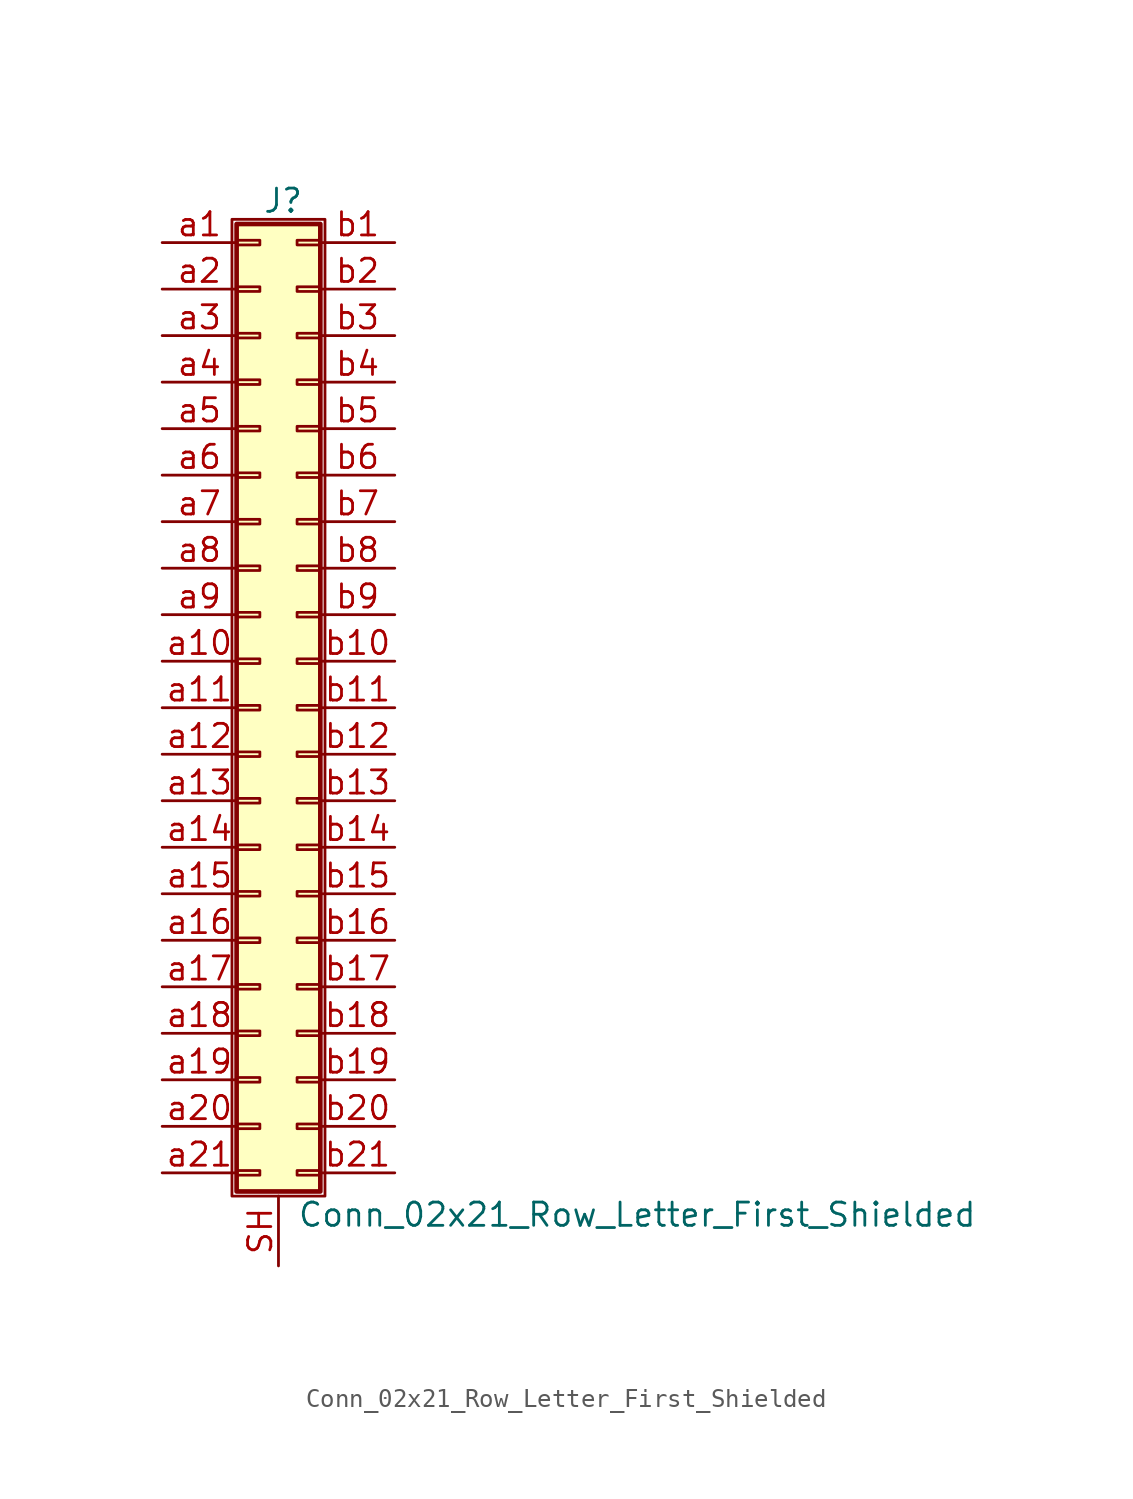
<source format=kicad_sym>
(kicad_symbol_lib
  (version 20211014)
  (generator kicad_symbol_editor)
  (symbol "Conn_02x21_Row_Letter_First_Shielded"
    (pin_names
      (offset 1.016) hide)
    (property "Reference" "J"
      (at 1.524 27.686 0)
      (effects (font (size 1.27 1.27))))
    (property "Value" "Conn_02x21_Row_Letter_First_Shielded"
      (at 2.286 -27.686 0)
      (effects (font (size 1.27 1.27)) (justify left)))
    (symbol "Conn_02x21_Row_Letter_First_Shielded_1_1"
      (rectangle (start -1.27 26.67) (end 3.81 -26.67) (stroke (width 0.152) (type default) (color 0 0 0 0)) (fill (type none)))
      (rectangle (start -1.016 -25.273) (end 0.254 -25.527) (stroke (width 0.152) (type default) (color 0 0 0 0)) (fill (type none)))
      (rectangle (start -1.016 -22.733) (end 0.254 -22.987) (stroke (width 0.152) (type default) (color 0 0 0 0)) (fill (type none)))
      (rectangle (start -1.016 -20.193) (end 0.254 -20.447) (stroke (width 0.152) (type default) (color 0 0 0 0)) (fill (type none)))
      (rectangle (start -1.016 -17.653) (end 0.254 -17.907) (stroke (width 0.152) (type default) (color 0 0 0 0)) (fill (type none)))
      (rectangle (start -1.016 -15.113) (end 0.254 -15.367) (stroke (width 0.152) (type default) (color 0 0 0 0)) (fill (type none)))
      (rectangle (start -1.016 -12.573) (end 0.254 -12.827) (stroke (width 0.152) (type default) (color 0 0 0 0)) (fill (type none)))
      (rectangle (start -1.016 -10.033) (end 0.254 -10.287) (stroke (width 0.152) (type default) (color 0 0 0 0)) (fill (type none)))
      (rectangle (start -1.016 -7.493) (end 0.254 -7.747) (stroke (width 0.152) (type default) (color 0 0 0 0)) (fill (type none)))
      (rectangle (start -1.016 -4.953) (end 0.254 -5.207) (stroke (width 0.152) (type default) (color 0 0 0 0)) (fill (type none)))
      (rectangle (start -1.016 -2.413) (end 0.254 -2.667) (stroke (width 0.152) (type default) (color 0 0 0 0)) (fill (type none)))
      (rectangle (start -1.016 0.127) (end 0.254 -0.127) (stroke (width 0.152) (type default) (color 0 0 0 0)) (fill (type none)))
      (rectangle (start -1.016 2.667) (end 0.254 2.413) (stroke (width 0.152) (type default) (color 0 0 0 0)) (fill (type none)))
      (rectangle (start -1.016 5.207) (end 0.254 4.953) (stroke (width 0.152) (type default) (color 0 0 0 0)) (fill (type none)))
      (rectangle (start -1.016 7.747) (end 0.254 7.493) (stroke (width 0.152) (type default) (color 0 0 0 0)) (fill (type none)))
      (rectangle (start -1.016 10.287) (end 0.254 10.033) (stroke (width 0.152) (type default) (color 0 0 0 0)) (fill (type none)))
      (rectangle (start -1.016 12.827) (end 0.254 12.573) (stroke (width 0.152) (type default) (color 0 0 0 0)) (fill (type none)))
      (rectangle (start -1.016 15.367) (end 0.254 15.113) (stroke (width 0.152) (type default) (color 0 0 0 0)) (fill (type none)))
      (rectangle (start -1.016 17.907) (end 0.254 17.653) (stroke (width 0.152) (type default) (color 0 0 0 0)) (fill (type none)))
      (rectangle (start -1.016 20.447) (end 0.254 20.193) (stroke (width 0.152) (type default) (color 0 0 0 0)) (fill (type none)))
      (rectangle (start -1.016 22.987) (end 0.254 22.733) (stroke (width 0.152) (type default) (color 0 0 0 0)) (fill (type none)))
      (rectangle (start -1.016 25.527) (end 0.254 25.273) (stroke (width 0.152) (type default) (color 0 0 0 0)) (fill (type none)))
      (rectangle (start -1.016 26.416) (end 3.556 -26.416) (stroke (width 0.254) (type default) (color 0 0 0 0)) (fill (type background)))
      (rectangle (start 3.556 -25.273) (end 2.286 -25.527) (stroke (width 0.152) (type default) (color 0 0 0 0)) (fill (type none)))
      (rectangle (start 3.556 -22.733) (end 2.286 -22.987) (stroke (width 0.152) (type default) (color 0 0 0 0)) (fill (type none)))
      (rectangle (start 3.556 -20.193) (end 2.286 -20.447) (stroke (width 0.152) (type default) (color 0 0 0 0)) (fill (type none)))
      (rectangle (start 3.556 -17.653) (end 2.286 -17.907) (stroke (width 0.152) (type default) (color 0 0 0 0)) (fill (type none)))
      (rectangle (start 3.556 -15.113) (end 2.286 -15.367) (stroke (width 0.152) (type default) (color 0 0 0 0)) (fill (type none)))
      (rectangle (start 3.556 -12.573) (end 2.286 -12.827) (stroke (width 0.152) (type default) (color 0 0 0 0)) (fill (type none)))
      (rectangle (start 3.556 -10.033) (end 2.286 -10.287) (stroke (width 0.152) (type default) (color 0 0 0 0)) (fill (type none)))
      (rectangle (start 3.556 -7.493) (end 2.286 -7.747) (stroke (width 0.152) (type default) (color 0 0 0 0)) (fill (type none)))
      (rectangle (start 3.556 -4.953) (end 2.286 -5.207) (stroke (width 0.152) (type default) (color 0 0 0 0)) (fill (type none)))
      (rectangle (start 3.556 -2.413) (end 2.286 -2.667) (stroke (width 0.152) (type default) (color 0 0 0 0)) (fill (type none)))
      (rectangle (start 3.556 0.127) (end 2.286 -0.127) (stroke (width 0.152) (type default) (color 0 0 0 0)) (fill (type none)))
      (rectangle (start 3.556 2.667) (end 2.286 2.413) (stroke (width 0.152) (type default) (color 0 0 0 0)) (fill (type none)))
      (rectangle (start 3.556 5.207) (end 2.286 4.953) (stroke (width 0.152) (type default) (color 0 0 0 0)) (fill (type none)))
      (rectangle (start 3.556 7.747) (end 2.286 7.493) (stroke (width 0.152) (type default) (color 0 0 0 0)) (fill (type none)))
      (rectangle (start 3.556 10.287) (end 2.286 10.033) (stroke (width 0.152) (type default) (color 0 0 0 0)) (fill (type none)))
      (rectangle (start 3.556 12.827) (end 2.286 12.573) (stroke (width 0.152) (type default) (color 0 0 0 0)) (fill (type none)))
      (rectangle (start 3.556 15.367) (end 2.286 15.113) (stroke (width 0.152) (type default) (color 0 0 0 0)) (fill (type none)))
      (rectangle (start 3.556 17.907) (end 2.286 17.653) (stroke (width 0.152) (type default) (color 0 0 0 0)) (fill (type none)))
      (rectangle (start 3.556 20.447) (end 2.286 20.193) (stroke (width 0.152) (type default) (color 0 0 0 0)) (fill (type none)))
      (rectangle (start 3.556 22.987) (end 2.286 22.733) (stroke (width 0.152) (type default) (color 0 0 0 0)) (fill (type none)))
      (rectangle (start 3.556 25.527) (end 2.286 25.273) (stroke (width 0.152) (type default) (color 0 0 0 0)) (fill (type none)))
      (pin passive line (at 1.27 -30.48 90) (length 3.81) (name "Shield" (effects (font (size 1.27 1.27)))) (number "SH" (effects (font (size 1.27 1.27)))))
      (pin passive line (at -5.08 25.4 0) (length 4.064) (name "Pin_a1" (effects (font (size 1.27 1.27)))) (number "a1" (effects (font (size 1.27 1.27)))))
      (pin passive line (at -5.08 2.54 0) (length 4.064) (name "Pin_a10" (effects (font (size 1.27 1.27)))) (number "a10" (effects (font (size 1.27 1.27)))))
      (pin passive line (at -5.08 0 0) (length 4.064) (name "Pin_a11" (effects (font (size 1.27 1.27)))) (number "a11" (effects (font (size 1.27 1.27)))))
      (pin passive line (at -5.08 -2.54 0) (length 4.064) (name "Pin_a12" (effects (font (size 1.27 1.27)))) (number "a12" (effects (font (size 1.27 1.27)))))
      (pin passive line (at -5.08 -5.08 0) (length 4.064) (name "Pin_a13" (effects (font (size 1.27 1.27)))) (number "a13" (effects (font (size 1.27 1.27)))))
      (pin passive line (at -5.08 -7.62 0) (length 4.064) (name "Pin_a14" (effects (font (size 1.27 1.27)))) (number "a14" (effects (font (size 1.27 1.27)))))
      (pin passive line (at -5.08 -10.16 0) (length 4.064) (name "Pin_a15" (effects (font (size 1.27 1.27)))) (number "a15" (effects (font (size 1.27 1.27)))))
      (pin passive line (at -5.08 -12.7 0) (length 4.064) (name "Pin_a16" (effects (font (size 1.27 1.27)))) (number "a16" (effects (font (size 1.27 1.27)))))
      (pin passive line (at -5.08 -15.24 0) (length 4.064) (name "Pin_a17" (effects (font (size 1.27 1.27)))) (number "a17" (effects (font (size 1.27 1.27)))))
      (pin passive line (at -5.08 -17.78 0) (length 4.064) (name "Pin_a18" (effects (font (size 1.27 1.27)))) (number "a18" (effects (font (size 1.27 1.27)))))
      (pin passive line (at -5.08 -20.32 0) (length 4.064) (name "Pin_a19" (effects (font (size 1.27 1.27)))) (number "a19" (effects (font (size 1.27 1.27)))))
      (pin passive line (at -5.08 22.86 0) (length 4.064) (name "Pin_a2" (effects (font (size 1.27 1.27)))) (number "a2" (effects (font (size 1.27 1.27)))))
      (pin passive line (at -5.08 -22.86 0) (length 4.064) (name "Pin_a20" (effects (font (size 1.27 1.27)))) (number "a20" (effects (font (size 1.27 1.27)))))
      (pin passive line (at -5.08 -25.4 0) (length 4.064) (name "Pin_a21" (effects (font (size 1.27 1.27)))) (number "a21" (effects (font (size 1.27 1.27)))))
      (pin passive line (at -5.08 20.32 0) (length 4.064) (name "Pin_a3" (effects (font (size 1.27 1.27)))) (number "a3" (effects (font (size 1.27 1.27)))))
      (pin passive line (at -5.08 17.78 0) (length 4.064) (name "Pin_a4" (effects (font (size 1.27 1.27)))) (number "a4" (effects (font (size 1.27 1.27)))))
      (pin passive line (at -5.08 15.24 0) (length 4.064) (name "Pin_a5" (effects (font (size 1.27 1.27)))) (number "a5" (effects (font (size 1.27 1.27)))))
      (pin passive line (at -5.08 12.7 0) (length 4.064) (name "Pin_a6" (effects (font (size 1.27 1.27)))) (number "a6" (effects (font (size 1.27 1.27)))))
      (pin passive line (at -5.08 10.16 0) (length 4.064) (name "Pin_a7" (effects (font (size 1.27 1.27)))) (number "a7" (effects (font (size 1.27 1.27)))))
      (pin passive line (at -5.08 7.62 0) (length 4.064) (name "Pin_a8" (effects (font (size 1.27 1.27)))) (number "a8" (effects (font (size 1.27 1.27)))))
      (pin passive line (at -5.08 5.08 0) (length 4.064) (name "Pin_a9" (effects (font (size 1.27 1.27)))) (number "a9" (effects (font (size 1.27 1.27)))))
      (pin passive line (at 7.62 25.4 180) (length 4.064) (name "Pin_b1" (effects (font (size 1.27 1.27)))) (number "b1" (effects (font (size 1.27 1.27)))))
      (pin passive line (at 7.62 2.54 180) (length 4.064) (name "Pin_b10" (effects (font (size 1.27 1.27)))) (number "b10" (effects (font (size 1.27 1.27)))))
      (pin passive line (at 7.62 0 180) (length 4.064) (name "Pin_b11" (effects (font (size 1.27 1.27)))) (number "b11" (effects (font (size 1.27 1.27)))))
      (pin passive line (at 7.62 -2.54 180) (length 4.064) (name "Pin_b12" (effects (font (size 1.27 1.27)))) (number "b12" (effects (font (size 1.27 1.27)))))
      (pin passive line (at 7.62 -5.08 180) (length 4.064) (name "Pin_b13" (effects (font (size 1.27 1.27)))) (number "b13" (effects (font (size 1.27 1.27)))))
      (pin passive line (at 7.62 -7.62 180) (length 4.064) (name "Pin_b14" (effects (font (size 1.27 1.27)))) (number "b14" (effects (font (size 1.27 1.27)))))
      (pin passive line (at 7.62 -10.16 180) (length 4.064) (name "Pin_b15" (effects (font (size 1.27 1.27)))) (number "b15" (effects (font (size 1.27 1.27)))))
      (pin passive line (at 7.62 -12.7 180) (length 4.064) (name "Pin_b16" (effects (font (size 1.27 1.27)))) (number "b16" (effects (font (size 1.27 1.27)))))
      (pin passive line (at 7.62 -15.24 180) (length 4.064) (name "Pin_b17" (effects (font (size 1.27 1.27)))) (number "b17" (effects (font (size 1.27 1.27)))))
      (pin passive line (at 7.62 -17.78 180) (length 4.064) (name "Pin_b18" (effects (font (size 1.27 1.27)))) (number "b18" (effects (font (size 1.27 1.27)))))
      (pin passive line (at 7.62 -20.32 180) (length 4.064) (name "Pin_b19" (effects (font (size 1.27 1.27)))) (number "b19" (effects (font (size 1.27 1.27)))))
      (pin passive line (at 7.62 22.86 180) (length 4.064) (name "Pin_b2" (effects (font (size 1.27 1.27)))) (number "b2" (effects (font (size 1.27 1.27)))))
      (pin passive line (at 7.62 -22.86 180) (length 4.064) (name "Pin_b20" (effects (font (size 1.27 1.27)))) (number "b20" (effects (font (size 1.27 1.27)))))
      (pin passive line (at 7.62 -25.4 180) (length 4.064) (name "Pin_b21" (effects (font (size 1.27 1.27)))) (number "b21" (effects (font (size 1.27 1.27)))))
      (pin passive line (at 7.62 20.32 180) (length 4.064) (name "Pin_b3" (effects (font (size 1.27 1.27)))) (number "b3" (effects (font (size 1.27 1.27)))))
      (pin passive line (at 7.62 17.78 180) (length 4.064) (name "Pin_b4" (effects (font (size 1.27 1.27)))) (number "b4" (effects (font (size 1.27 1.27)))))
      (pin passive line (at 7.62 15.24 180) (length 4.064) (name "Pin_b5" (effects (font (size 1.27 1.27)))) (number "b5" (effects (font (size 1.27 1.27)))))
      (pin passive line (at 7.62 12.7 180) (length 4.064) (name "Pin_b6" (effects (font (size 1.27 1.27)))) (number "b6" (effects (font (size 1.27 1.27)))))
      (pin passive line (at 7.62 10.16 180) (length 4.064) (name "Pin_b7" (effects (font (size 1.27 1.27)))) (number "b7" (effects (font (size 1.27 1.27)))))
      (pin passive line (at 7.62 7.62 180) (length 4.064) (name "Pin_b8" (effects (font (size 1.27 1.27)))) (number "b8" (effects (font (size 1.27 1.27)))))
      (pin passive line (at 7.62 5.08 180) (length 4.064) (name "Pin_b9" (effects (font (size 1.27 1.27)))) (number "b9" (effects (font (size 1.27 1.27))))))))
</source>
